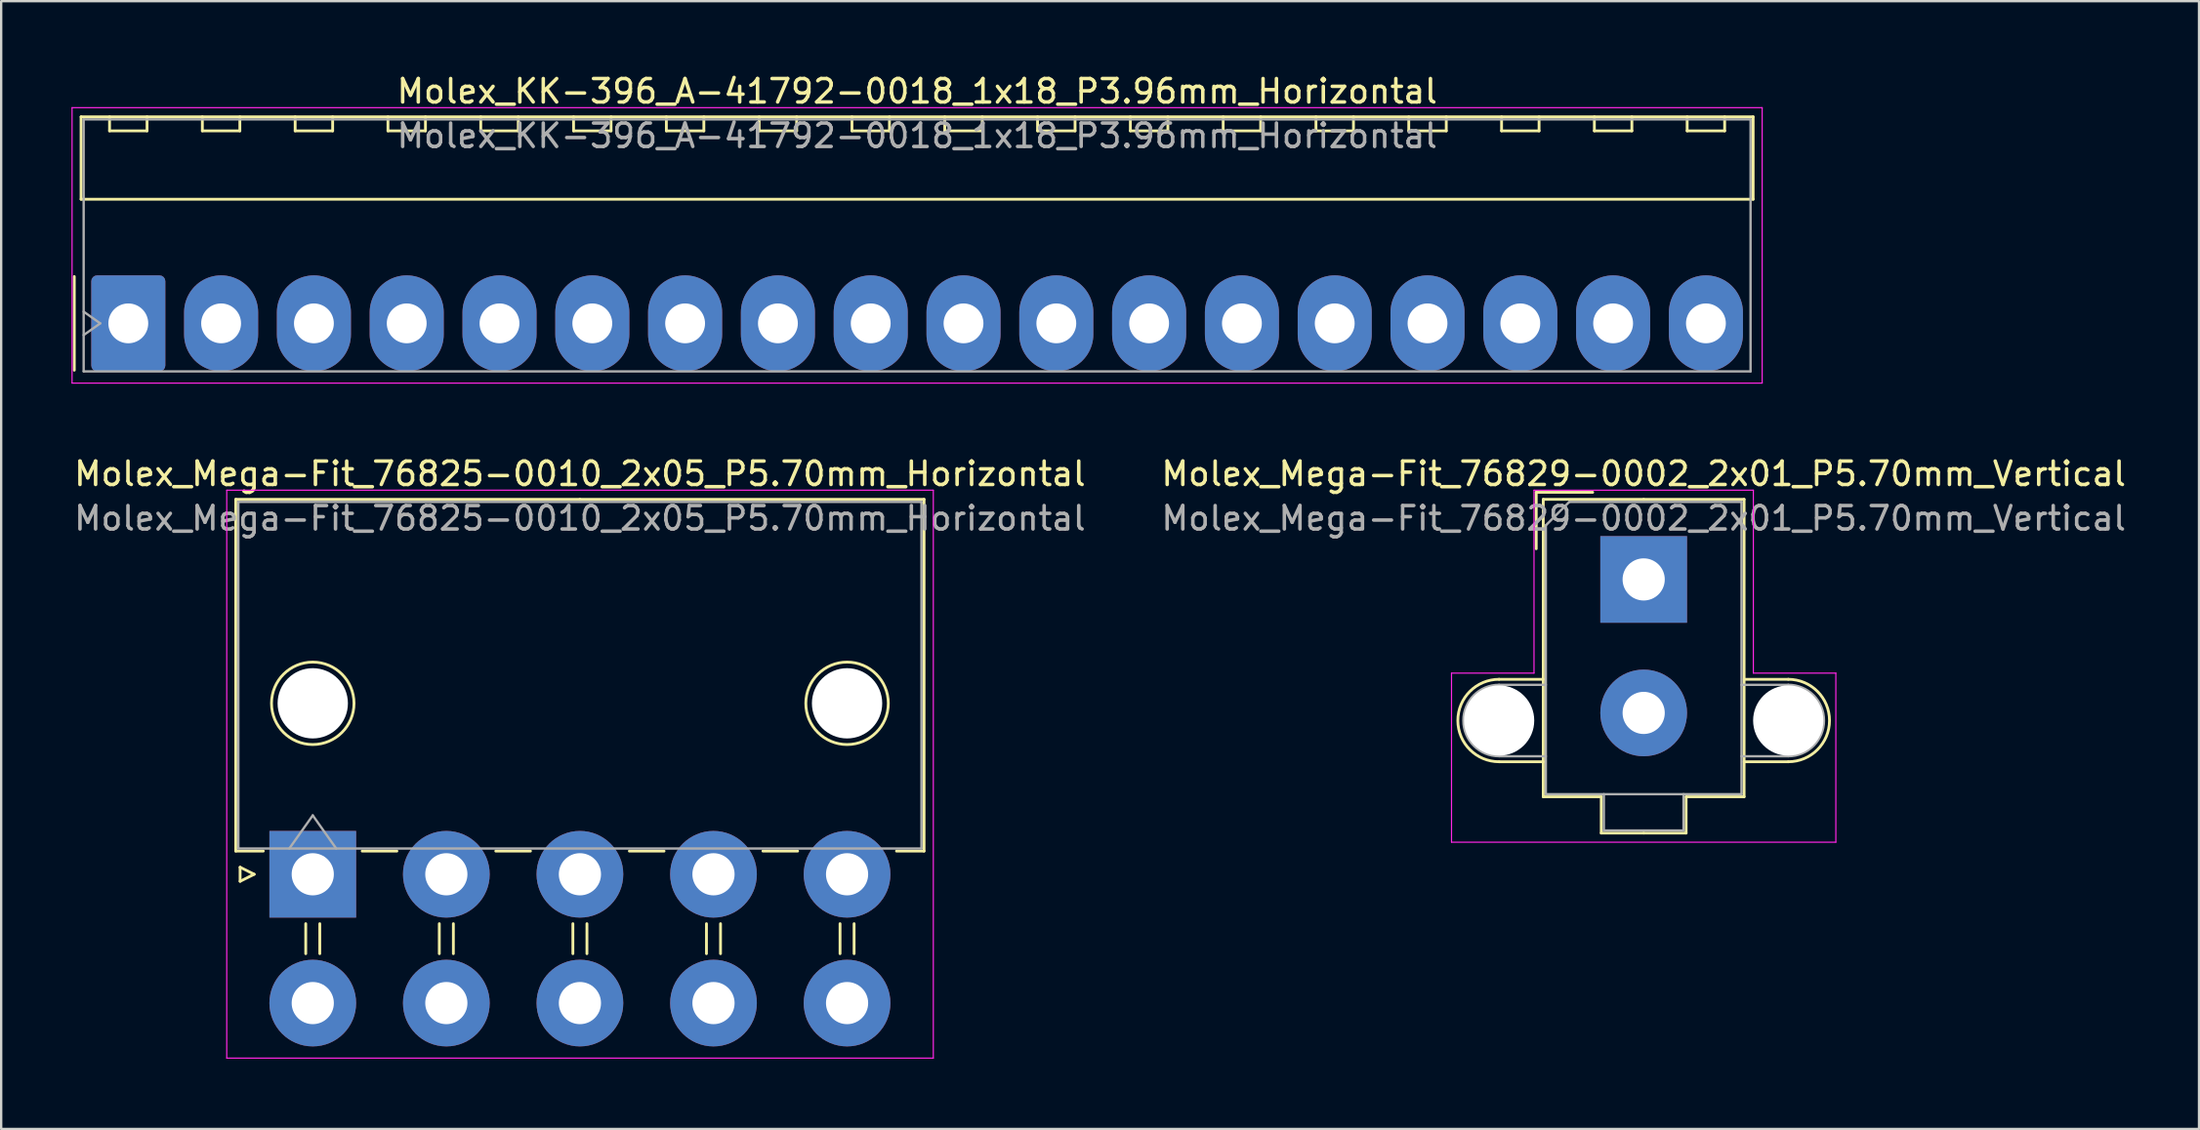
<source format=kicad_pcb>
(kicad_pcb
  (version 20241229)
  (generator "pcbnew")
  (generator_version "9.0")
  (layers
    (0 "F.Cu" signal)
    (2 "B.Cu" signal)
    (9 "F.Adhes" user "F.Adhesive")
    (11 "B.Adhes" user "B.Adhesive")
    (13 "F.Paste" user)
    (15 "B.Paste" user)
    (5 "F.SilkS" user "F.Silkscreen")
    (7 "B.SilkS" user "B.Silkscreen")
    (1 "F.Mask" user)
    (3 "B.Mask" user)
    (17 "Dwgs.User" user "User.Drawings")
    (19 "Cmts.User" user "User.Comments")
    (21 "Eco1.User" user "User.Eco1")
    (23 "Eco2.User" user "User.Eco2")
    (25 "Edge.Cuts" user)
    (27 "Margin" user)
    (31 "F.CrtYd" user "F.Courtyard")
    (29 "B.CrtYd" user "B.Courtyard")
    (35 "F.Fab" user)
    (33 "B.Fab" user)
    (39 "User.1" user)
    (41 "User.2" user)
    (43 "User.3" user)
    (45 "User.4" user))
  (footprint "Molex_Mega-Fit_76825-0010_2x05_P5.70mm_Horizontal"
    (layer "F.Cu")
    (at 10.296 34.282)
    (property "Reference" "Molex_Mega-Fit_76825-0010_2x05_P5.70mm_Horizontal" (at 11.4 -17.1 0) (layer "F.SilkS") (effects (font (size 1 1) (thickness 0.15))))
    (attr through_hole)
    (fp_line (start -3.285 -16.01) (end -3.285 -0.99) (stroke (width 0.12) (type solid)) (layer "F.SilkS"))
    (fp_line (start -3.285 -0.99) (end -2.11 -0.99) (stroke (width 0.12) (type solid)) (layer "F.SilkS"))
    (fp_line (start -3.1 -0.3) (end -2.5 0) (stroke (width 0.12) (type solid)) (layer "F.SilkS"))
    (fp_line (start -3.1 0.3) (end -3.1 -0.3) (stroke (width 0.12) (type solid)) (layer "F.SilkS"))
    (fp_line (start -2.5 0) (end -3.1 0.3) (stroke (width 0.12) (type solid)) (layer "F.SilkS"))
    (fp_line (start -0.3 2.11) (end -0.3 3.39) (stroke (width 0.12) (type solid)) (layer "F.SilkS"))
    (fp_line (start 0.3 2.11) (end 0.3 3.39) (stroke (width 0.12) (type solid)) (layer "F.SilkS"))
    (fp_line (start 2.11 -0.99) (end 3.59 -0.99) (stroke (width 0.12) (type solid)) (layer "F.SilkS"))
    (fp_line (start 5.4 2.11) (end 5.4 3.39) (stroke (width 0.12) (type solid)) (layer "F.SilkS"))
    (fp_line (start 6 2.11) (end 6 3.39) (stroke (width 0.12) (type solid)) (layer "F.SilkS"))
    (fp_line (start 7.81 -0.99) (end 9.29 -0.99) (stroke (width 0.12) (type solid)) (layer "F.SilkS"))
    (fp_line (start 11.1 2.11) (end 11.1 3.39) (stroke (width 0.12) (type solid)) (layer "F.SilkS"))
    (fp_line (start 11.4 -16.01) (end -3.285 -16.01) (stroke (width 0.12) (type solid)) (layer "F.SilkS"))
    (fp_line (start 11.4 -16.01) (end 26.085 -16.01) (stroke (width 0.12) (type solid)) (layer "F.SilkS"))
    (fp_line (start 11.7 2.11) (end 11.7 3.39) (stroke (width 0.12) (type solid)) (layer "F.SilkS"))
    (fp_line (start 13.51 -0.99) (end 14.99 -0.99) (stroke (width 0.12) (type solid)) (layer "F.SilkS"))
    (fp_line (start 16.8 2.11) (end 16.8 3.39) (stroke (width 0.12) (type solid)) (layer "F.SilkS"))
    (fp_line (start 17.4 2.11) (end 17.4 3.39) (stroke (width 0.12) (type solid)) (layer "F.SilkS"))
    (fp_line (start 19.21 -0.99) (end 20.69 -0.99) (stroke (width 0.12) (type solid)) (layer "F.SilkS"))
    (fp_line (start 22.5 2.11) (end 22.5 3.39) (stroke (width 0.12) (type solid)) (layer "F.SilkS"))
    (fp_line (start 23.1 2.11) (end 23.1 3.39) (stroke (width 0.12) (type solid)) (layer "F.SilkS"))
    (fp_line (start 26.085 -16.01) (end 26.085 -0.99) (stroke (width 0.12) (type solid)) (layer "F.SilkS"))
    (fp_line (start 26.085 -0.99) (end 24.91 -0.99) (stroke (width 0.12) (type solid)) (layer "F.SilkS"))
    (fp_circle (center 0 -7.3) (end 1.76 -7.3) (stroke (width 0.12) (type solid)) (fill no) (layer "F.SilkS"))
    (fp_circle (center 22.8 -7.3) (end 24.56 -7.3) (stroke (width 0.12) (type solid)) (fill no) (layer "F.SilkS"))
    (fp_line (start -3.67 -16.4) (end -3.67 7.85) (stroke (width 0.05) (type solid)) (layer "F.CrtYd"))
    (fp_line (start -3.67 7.85) (end 26.48 7.85) (stroke (width 0.05) (type solid)) (layer "F.CrtYd"))
    (fp_line (start 26.48 -16.4) (end -3.67 -16.4) (stroke (width 0.05) (type solid)) (layer "F.CrtYd"))
    (fp_line (start 26.48 7.85) (end 26.48 -16.4) (stroke (width 0.05) (type solid)) (layer "F.CrtYd"))
    (fp_line (start -3.175 -15.9) (end -3.175 -1.1) (stroke (width 0.1) (type solid)) (layer "F.Fab"))
    (fp_line (start -3.175 -1.1) (end 25.975 -1.1) (stroke (width 0.1) (type solid)) (layer "F.Fab"))
    (fp_line (start -1 -1.1) (end 0 -2.514) (stroke (width 0.1) (type solid)) (layer "F.Fab"))
    (fp_line (start 0 -2.514) (end 1 -1.1) (stroke (width 0.1) (type solid)) (layer "F.Fab"))
    (fp_line (start 25.975 -15.9) (end -3.175 -15.9) (stroke (width 0.1) (type solid)) (layer "F.Fab"))
    (fp_line (start 25.975 -1.1) (end 25.975 -15.9) (stroke (width 0.1) (type solid)) (layer "F.Fab"))
    (fp_text user "${REFERENCE}" (at 11.4 -15.2 0) (layer "F.Fab") (effects (font (size 1 1) (thickness 0.15))))
    (pad "" np_thru_hole circle (at 0 -7.3) (size 3 3) (drill 3) (layers "*.Cu" "*.Mask"))
    (pad "" np_thru_hole circle (at 22.8 -7.3) (size 3 3) (drill 3) (layers "*.Cu" "*.Mask"))
    (pad "1" thru_hole rect (at 0 0) (size 3.7 3.7) (drill 1.8) (layers "*.Cu" "*.Mask"))
    (pad "2" thru_hole circle (at 5.7 0) (size 3.7 3.7) (drill 1.8) (layers "*.Cu" "*.Mask"))
    (pad "3" thru_hole circle (at 11.4 0) (size 3.7 3.7) (drill 1.8) (layers "*.Cu" "*.Mask"))
    (pad "4" thru_hole circle (at 17.1 0) (size 3.7 3.7) (drill 1.8) (layers "*.Cu" "*.Mask"))
    (pad "5" thru_hole circle (at 22.8 0) (size 3.7 3.7) (drill 1.8) (layers "*.Cu" "*.Mask"))
    (pad "6" thru_hole circle (at 0 5.5) (size 3.7 3.7) (drill 1.8) (layers "*.Cu" "*.Mask"))
    (pad "7" thru_hole circle (at 5.7 5.5) (size 3.7 3.7) (drill 1.8) (layers "*.Cu" "*.Mask"))
    (pad "8" thru_hole circle (at 11.4 5.5) (size 3.7 3.7) (drill 1.8) (layers "*.Cu" "*.Mask"))
    (pad "9" thru_hole circle (at 17.1 5.5) (size 3.7 3.7) (drill 1.8) (layers "*.Cu" "*.Mask"))
    (pad "10" thru_hole circle (at 22.8 5.5) (size 3.7 3.7) (drill 1.8) (layers "*.Cu" "*.Mask")))
  (footprint "Molex_KK-396_A-41792-0018_1x18_P3.96mm_Horizontal"
    (layer "F.Cu")
    (at 2.425 10.758)
    (property "Reference" "Molex_KK-396_A-41792-0018_1x18_P3.96mm_Horizontal" (at 33.66 -9.91 0) (layer "F.SilkS") (effects (font (size 1 1) (thickness 0.15))))
    (attr through_hole)
    (fp_line (start -2.305 -2) (end -2.305 2) (stroke (width 0.12) (type solid)) (layer "F.SilkS"))
    (fp_line (start -2.015 -8.82) (end 69.335 -8.82) (stroke (width 0.12) (type solid)) (layer "F.SilkS"))
    (fp_line (start -2.015 -5.3) (end -2.015 -8.82) (stroke (width 0.12) (type solid)) (layer "F.SilkS"))
    (fp_line (start -0.8 -8.82) (end -0.8 -8.22) (stroke (width 0.12) (type solid)) (layer "F.SilkS"))
    (fp_line (start -0.8 -8.22) (end 0.8 -8.22) (stroke (width 0.12) (type solid)) (layer "F.SilkS"))
    (fp_line (start 0.8 -8.22) (end 0.8 -8.82) (stroke (width 0.12) (type solid)) (layer "F.SilkS"))
    (fp_line (start 3.16 -8.82) (end 3.16 -8.22) (stroke (width 0.12) (type solid)) (layer "F.SilkS"))
    (fp_line (start 3.16 -8.22) (end 4.76 -8.22) (stroke (width 0.12) (type solid)) (layer "F.SilkS"))
    (fp_line (start 4.76 -8.22) (end 4.76 -8.82) (stroke (width 0.12) (type solid)) (layer "F.SilkS"))
    (fp_line (start 7.12 -8.82) (end 7.12 -8.22) (stroke (width 0.12) (type solid)) (layer "F.SilkS"))
    (fp_line (start 7.12 -8.22) (end 8.72 -8.22) (stroke (width 0.12) (type solid)) (layer "F.SilkS"))
    (fp_line (start 8.72 -8.22) (end 8.72 -8.82) (stroke (width 0.12) (type solid)) (layer "F.SilkS"))
    (fp_line (start 11.08 -8.82) (end 11.08 -8.22) (stroke (width 0.12) (type solid)) (layer "F.SilkS"))
    (fp_line (start 11.08 -8.22) (end 12.68 -8.22) (stroke (width 0.12) (type solid)) (layer "F.SilkS"))
    (fp_line (start 12.68 -8.22) (end 12.68 -8.82) (stroke (width 0.12) (type solid)) (layer "F.SilkS"))
    (fp_line (start 15.04 -8.82) (end 15.04 -8.22) (stroke (width 0.12) (type solid)) (layer "F.SilkS"))
    (fp_line (start 15.04 -8.22) (end 16.64 -8.22) (stroke (width 0.12) (type solid)) (layer "F.SilkS"))
    (fp_line (start 16.64 -8.22) (end 16.64 -8.82) (stroke (width 0.12) (type solid)) (layer "F.SilkS"))
    (fp_line (start 19 -8.82) (end 19 -8.22) (stroke (width 0.12) (type solid)) (layer "F.SilkS"))
    (fp_line (start 19 -8.22) (end 20.6 -8.22) (stroke (width 0.12) (type solid)) (layer "F.SilkS"))
    (fp_line (start 20.6 -8.22) (end 20.6 -8.82) (stroke (width 0.12) (type solid)) (layer "F.SilkS"))
    (fp_line (start 22.96 -8.82) (end 22.96 -8.22) (stroke (width 0.12) (type solid)) (layer "F.SilkS"))
    (fp_line (start 22.96 -8.22) (end 24.56 -8.22) (stroke (width 0.12) (type solid)) (layer "F.SilkS"))
    (fp_line (start 24.56 -8.22) (end 24.56 -8.82) (stroke (width 0.12) (type solid)) (layer "F.SilkS"))
    (fp_line (start 26.92 -8.82) (end 26.92 -8.22) (stroke (width 0.12) (type solid)) (layer "F.SilkS"))
    (fp_line (start 26.92 -8.22) (end 28.52 -8.22) (stroke (width 0.12) (type solid)) (layer "F.SilkS"))
    (fp_line (start 28.52 -8.22) (end 28.52 -8.82) (stroke (width 0.12) (type solid)) (layer "F.SilkS"))
    (fp_line (start 30.88 -8.82) (end 30.88 -8.22) (stroke (width 0.12) (type solid)) (layer "F.SilkS"))
    (fp_line (start 30.88 -8.22) (end 32.48 -8.22) (stroke (width 0.12) (type solid)) (layer "F.SilkS"))
    (fp_line (start 32.48 -8.22) (end 32.48 -8.82) (stroke (width 0.12) (type solid)) (layer "F.SilkS"))
    (fp_line (start 34.84 -8.82) (end 34.84 -8.22) (stroke (width 0.12) (type solid)) (layer "F.SilkS"))
    (fp_line (start 34.84 -8.22) (end 36.44 -8.22) (stroke (width 0.12) (type solid)) (layer "F.SilkS"))
    (fp_line (start 36.44 -8.22) (end 36.44 -8.82) (stroke (width 0.12) (type solid)) (layer "F.SilkS"))
    (fp_line (start 38.8 -8.82) (end 38.8 -8.22) (stroke (width 0.12) (type solid)) (layer "F.SilkS"))
    (fp_line (start 38.8 -8.22) (end 40.4 -8.22) (stroke (width 0.12) (type solid)) (layer "F.SilkS"))
    (fp_line (start 40.4 -8.22) (end 40.4 -8.82) (stroke (width 0.12) (type solid)) (layer "F.SilkS"))
    (fp_line (start 42.76 -8.82) (end 42.76 -8.22) (stroke (width 0.12) (type solid)) (layer "F.SilkS"))
    (fp_line (start 42.76 -8.22) (end 44.36 -8.22) (stroke (width 0.12) (type solid)) (layer "F.SilkS"))
    (fp_line (start 44.36 -8.22) (end 44.36 -8.82) (stroke (width 0.12) (type solid)) (layer "F.SilkS"))
    (fp_line (start 46.72 -8.82) (end 46.72 -8.22) (stroke (width 0.12) (type solid)) (layer "F.SilkS"))
    (fp_line (start 46.72 -8.22) (end 48.32 -8.22) (stroke (width 0.12) (type solid)) (layer "F.SilkS"))
    (fp_line (start 48.32 -8.22) (end 48.32 -8.82) (stroke (width 0.12) (type solid)) (layer "F.SilkS"))
    (fp_line (start 50.68 -8.82) (end 50.68 -8.22) (stroke (width 0.12) (type solid)) (layer "F.SilkS"))
    (fp_line (start 50.68 -8.22) (end 52.28 -8.22) (stroke (width 0.12) (type solid)) (layer "F.SilkS"))
    (fp_line (start 52.28 -8.22) (end 52.28 -8.82) (stroke (width 0.12) (type solid)) (layer "F.SilkS"))
    (fp_line (start 54.64 -8.82) (end 54.64 -8.22) (stroke (width 0.12) (type solid)) (layer "F.SilkS"))
    (fp_line (start 54.64 -8.22) (end 56.24 -8.22) (stroke (width 0.12) (type solid)) (layer "F.SilkS"))
    (fp_line (start 56.24 -8.22) (end 56.24 -8.82) (stroke (width 0.12) (type solid)) (layer "F.SilkS"))
    (fp_line (start 58.6 -8.82) (end 58.6 -8.22) (stroke (width 0.12) (type solid)) (layer "F.SilkS"))
    (fp_line (start 58.6 -8.22) (end 60.2 -8.22) (stroke (width 0.12) (type solid)) (layer "F.SilkS"))
    (fp_line (start 60.2 -8.22) (end 60.2 -8.82) (stroke (width 0.12) (type solid)) (layer "F.SilkS"))
    (fp_line (start 62.56 -8.82) (end 62.56 -8.22) (stroke (width 0.12) (type solid)) (layer "F.SilkS"))
    (fp_line (start 62.56 -8.22) (end 64.16 -8.22) (stroke (width 0.12) (type solid)) (layer "F.SilkS"))
    (fp_line (start 64.16 -8.22) (end 64.16 -8.82) (stroke (width 0.12) (type solid)) (layer "F.SilkS"))
    (fp_line (start 66.52 -8.82) (end 66.52 -8.22) (stroke (width 0.12) (type solid)) (layer "F.SilkS"))
    (fp_line (start 66.52 -8.22) (end 68.12 -8.22) (stroke (width 0.12) (type solid)) (layer "F.SilkS"))
    (fp_line (start 68.12 -8.22) (end 68.12 -8.82) (stroke (width 0.12) (type solid)) (layer "F.SilkS"))
    (fp_line (start 69.335 -8.82) (end 69.335 -5.3) (stroke (width 0.12) (type solid)) (layer "F.SilkS"))
    (fp_line (start 69.335 -5.3) (end -2.015 -5.3) (stroke (width 0.12) (type solid)) (layer "F.SilkS"))
    (fp_line (start -2.4 -9.21) (end -2.4 2.55) (stroke (width 0.05) (type solid)) (layer "F.CrtYd"))
    (fp_line (start -2.4 2.55) (end 69.72 2.55) (stroke (width 0.05) (type solid)) (layer "F.CrtYd"))
    (fp_line (start 69.72 -9.21) (end -2.4 -9.21) (stroke (width 0.05) (type solid)) (layer "F.CrtYd"))
    (fp_line (start 69.72 2.55) (end 69.72 -9.21) (stroke (width 0.05) (type solid)) (layer "F.CrtYd"))
    (fp_line (start -1.905 -8.71) (end 69.225 -8.71) (stroke (width 0.1) (type solid)) (layer "F.Fab"))
    (fp_line (start -1.905 -0.5) (end -1.198 0) (stroke (width 0.1) (type solid)) (layer "F.Fab"))
    (fp_line (start -1.905 2.05) (end -1.905 -8.71) (stroke (width 0.1) (type solid)) (layer "F.Fab"))
    (fp_line (start -1.198 0) (end -1.905 0.5) (stroke (width 0.1) (type solid)) (layer "F.Fab"))
    (fp_line (start 69.225 -8.71) (end 69.225 2.05) (stroke (width 0.1) (type solid)) (layer "F.Fab"))
    (fp_line (start 69.225 2.05) (end -1.905 2.05) (stroke (width 0.1) (type solid)) (layer "F.Fab"))
    (fp_text user "${REFERENCE}" (at 33.66 -8.01 0) (layer "F.Fab") (effects (font (size 1 1) (thickness 0.15))))
    (pad "1" thru_hole roundrect (at 0 0) (size 3.16 4.1) (drill 1.7) (layers "*.Cu" "*.Mask") (roundrect_rratio 0.079))
    (pad "2" thru_hole oval (at 3.96 0) (size 3.16 4.1) (drill 1.7) (layers "*.Cu" "*.Mask"))
    (pad "3" thru_hole oval (at 7.92 0) (size 3.16 4.1) (drill 1.7) (layers "*.Cu" "*.Mask"))
    (pad "4" thru_hole oval (at 11.88 0) (size 3.16 4.1) (drill 1.7) (layers "*.Cu" "*.Mask"))
    (pad "5" thru_hole oval (at 15.84 0) (size 3.16 4.1) (drill 1.7) (layers "*.Cu" "*.Mask"))
    (pad "6" thru_hole oval (at 19.8 0) (size 3.16 4.1) (drill 1.7) (layers "*.Cu" "*.Mask"))
    (pad "7" thru_hole oval (at 23.76 0) (size 3.16 4.1) (drill 1.7) (layers "*.Cu" "*.Mask"))
    (pad "8" thru_hole oval (at 27.72 0) (size 3.16 4.1) (drill 1.7) (layers "*.Cu" "*.Mask"))
    (pad "9" thru_hole oval (at 31.68 0) (size 3.16 4.1) (drill 1.7) (layers "*.Cu" "*.Mask"))
    (pad "10" thru_hole oval (at 35.64 0) (size 3.16 4.1) (drill 1.7) (layers "*.Cu" "*.Mask"))
    (pad "11" thru_hole oval (at 39.6 0) (size 3.16 4.1) (drill 1.7) (layers "*.Cu" "*.Mask"))
    (pad "12" thru_hole oval (at 43.56 0) (size 3.16 4.1) (drill 1.7) (layers "*.Cu" "*.Mask"))
    (pad "13" thru_hole oval (at 47.52 0) (size 3.16 4.1) (drill 1.7) (layers "*.Cu" "*.Mask"))
    (pad "14" thru_hole oval (at 51.48 0) (size 3.16 4.1) (drill 1.7) (layers "*.Cu" "*.Mask"))
    (pad "15" thru_hole oval (at 55.44 0) (size 3.16 4.1) (drill 1.7) (layers "*.Cu" "*.Mask"))
    (pad "16" thru_hole oval (at 59.4 0) (size 3.16 4.1) (drill 1.7) (layers "*.Cu" "*.Mask"))
    (pad "17" thru_hole oval (at 63.36 0) (size 3.16 4.1) (drill 1.7) (layers "*.Cu" "*.Mask"))
    (pad "18" thru_hole oval (at 67.32 0) (size 3.16 4.1) (drill 1.7) (layers "*.Cu" "*.Mask")))
  (footprint "Molex_Mega-Fit_76829-0002_2x01_P5.70mm_Vertical"
    (layer "F.Cu")
    (at 67.089 21.692)
    (property "Reference" "Molex_Mega-Fit_76829-0002_2x01_P5.70mm_Vertical" (at 0 -4.51 0) (layer "F.SilkS") (effects (font (size 1 1) (thickness 0.15))))
    (attr through_hole)
    (fp_line (start -6.17 4.265) (end -4.285 4.265) (stroke (width 0.12) (type solid)) (layer "F.SilkS"))
    (fp_line (start -6.17 7.785) (end -4.285 7.785) (stroke (width 0.12) (type solid)) (layer "F.SilkS"))
    (fp_line (start -4.585 -3.72) (end -2.175 -3.72) (stroke (width 0.12) (type solid)) (layer "F.SilkS"))
    (fp_line (start -4.585 -1.31) (end -4.585 -3.72) (stroke (width 0.12) (type solid)) (layer "F.SilkS"))
    (fp_line (start -4.285 -3.42) (end -4.285 9.28) (stroke (width 0.12) (type solid)) (layer "F.SilkS"))
    (fp_line (start -4.285 9.28) (end -1.81 9.28) (stroke (width 0.12) (type solid)) (layer "F.SilkS"))
    (fp_line (start -1.81 9.28) (end -1.81 10.83) (stroke (width 0.12) (type solid)) (layer "F.SilkS"))
    (fp_line (start -1.81 10.83) (end 0 10.83) (stroke (width 0.12) (type solid)) (layer "F.SilkS"))
    (fp_line (start 0 -3.42) (end -4.285 -3.42) (stroke (width 0.12) (type solid)) (layer "F.SilkS"))
    (fp_line (start 0 -3.42) (end 4.285 -3.42) (stroke (width 0.12) (type solid)) (layer "F.SilkS"))
    (fp_line (start 1.81 9.28) (end 1.81 10.83) (stroke (width 0.12) (type solid)) (layer "F.SilkS"))
    (fp_line (start 1.81 10.83) (end 0 10.83) (stroke (width 0.12) (type solid)) (layer "F.SilkS"))
    (fp_line (start 4.285 -3.42) (end 4.285 9.28) (stroke (width 0.12) (type solid)) (layer "F.SilkS"))
    (fp_line (start 4.285 9.28) (end 1.81 9.28) (stroke (width 0.12) (type solid)) (layer "F.SilkS"))
    (fp_line (start 6.17 4.265) (end 4.285 4.265) (stroke (width 0.12) (type solid)) (layer "F.SilkS"))
    (fp_line (start 6.17 7.785) (end 4.285 7.785) (stroke (width 0.12) (type solid)) (layer "F.SilkS"))
    (fp_arc (start -6.17 7.785) (mid -7.93 6.025) (end -6.17 4.265) (stroke (width 0.12) (type solid)) (layer "F.SilkS"))
    (fp_arc (start 6.17 4.265) (mid 7.93 6.025) (end 6.17 7.785) (stroke (width 0.12) (type solid)) (layer "F.SilkS"))
    (fp_line (start -8.2 4) (end -8.2 11.22) (stroke (width 0.05) (type solid)) (layer "F.CrtYd"))
    (fp_line (start -8.2 11.22) (end 8.2 11.22) (stroke (width 0.05) (type solid)) (layer "F.CrtYd"))
    (fp_line (start -4.68 -3.81) (end -4.68 4) (stroke (width 0.05) (type solid)) (layer "F.CrtYd"))
    (fp_line (start -4.68 4) (end -8.2 4) (stroke (width 0.05) (type solid)) (layer "F.CrtYd"))
    (fp_line (start 4.68 -3.81) (end -4.68 -3.81) (stroke (width 0.05) (type solid)) (layer "F.CrtYd"))
    (fp_line (start 4.68 4) (end 4.68 -3.81) (stroke (width 0.05) (type solid)) (layer "F.CrtYd"))
    (fp_line (start 8.2 4) (end 4.68 4) (stroke (width 0.05) (type solid)) (layer "F.CrtYd"))
    (fp_line (start 8.2 11.22) (end 8.2 4) (stroke (width 0.05) (type solid)) (layer "F.CrtYd"))
    (fp_line (start -6.17 4.5) (end -4.175 4.5) (stroke (width 0.1) (type solid)) (layer "F.Fab"))
    (fp_line (start -6.17 7.55) (end -4.175 7.55) (stroke (width 0.1) (type solid)) (layer "F.Fab"))
    (fp_line (start -4.175 -2.31) (end -4.175 9.17) (stroke (width 0.1) (type solid)) (layer "F.Fab"))
    (fp_line (start -4.175 9.17) (end 4.175 9.17) (stroke (width 0.1) (type solid)) (layer "F.Fab"))
    (fp_line (start -3.175 -3.31) (end -4.175 -2.31) (stroke (width 0.1) (type solid)) (layer "F.Fab"))
    (fp_line (start -1.7 9.17) (end -1.7 10.72) (stroke (width 0.1) (type solid)) (layer "F.Fab"))
    (fp_line (start -1.7 10.72) (end 1.7 10.72) (stroke (width 0.1) (type solid)) (layer "F.Fab"))
    (fp_line (start 1.7 10.72) (end 1.7 9.17) (stroke (width 0.1) (type solid)) (layer "F.Fab"))
    (fp_line (start 4.175 -3.31) (end -3.175 -3.31) (stroke (width 0.1) (type solid)) (layer "F.Fab"))
    (fp_line (start 4.175 9.17) (end 4.175 -3.31) (stroke (width 0.1) (type solid)) (layer "F.Fab"))
    (fp_line (start 6.17 4.5) (end 4.175 4.5) (stroke (width 0.1) (type solid)) (layer "F.Fab"))
    (fp_line (start 6.17 7.55) (end 4.175 7.55) (stroke (width 0.1) (type solid)) (layer "F.Fab"))
    (fp_arc (start -6.17 7.55) (mid -7.695 6.025) (end -6.17 4.5) (stroke (width 0.1) (type solid)) (layer "F.Fab"))
    (fp_arc (start 6.17 4.5) (mid 7.695 6.025) (end 6.17 7.55) (stroke (width 0.1) (type solid)) (layer "F.Fab"))
    (fp_text user "${REFERENCE}" (at 0 -2.61 0) (layer "F.Fab") (effects (font (size 1 1) (thickness 0.15))))
    (pad "" np_thru_hole circle (at -6.17 6.025) (size 3 3) (drill 3) (layers "*.Cu" "*.Mask"))
    (pad "" np_thru_hole circle (at 6.17 6.025) (size 3 3) (drill 3) (layers "*.Cu" "*.Mask"))
    (pad "1" thru_hole rect (at 0 0) (size 3.7 3.7) (drill 1.8) (layers "*.Cu" "*.Mask"))
    (pad "2" thru_hole circle (at 0 5.7) (size 3.7 3.7) (drill 1.8) (layers "*.Cu" "*.Mask")))
  (gr_rect
    (start -3 -3)
    (end 90.786 45.157)
    (stroke (width 0.1) (type default))
    (fill no)
    (layer "Edge.Cuts")))
</source>
